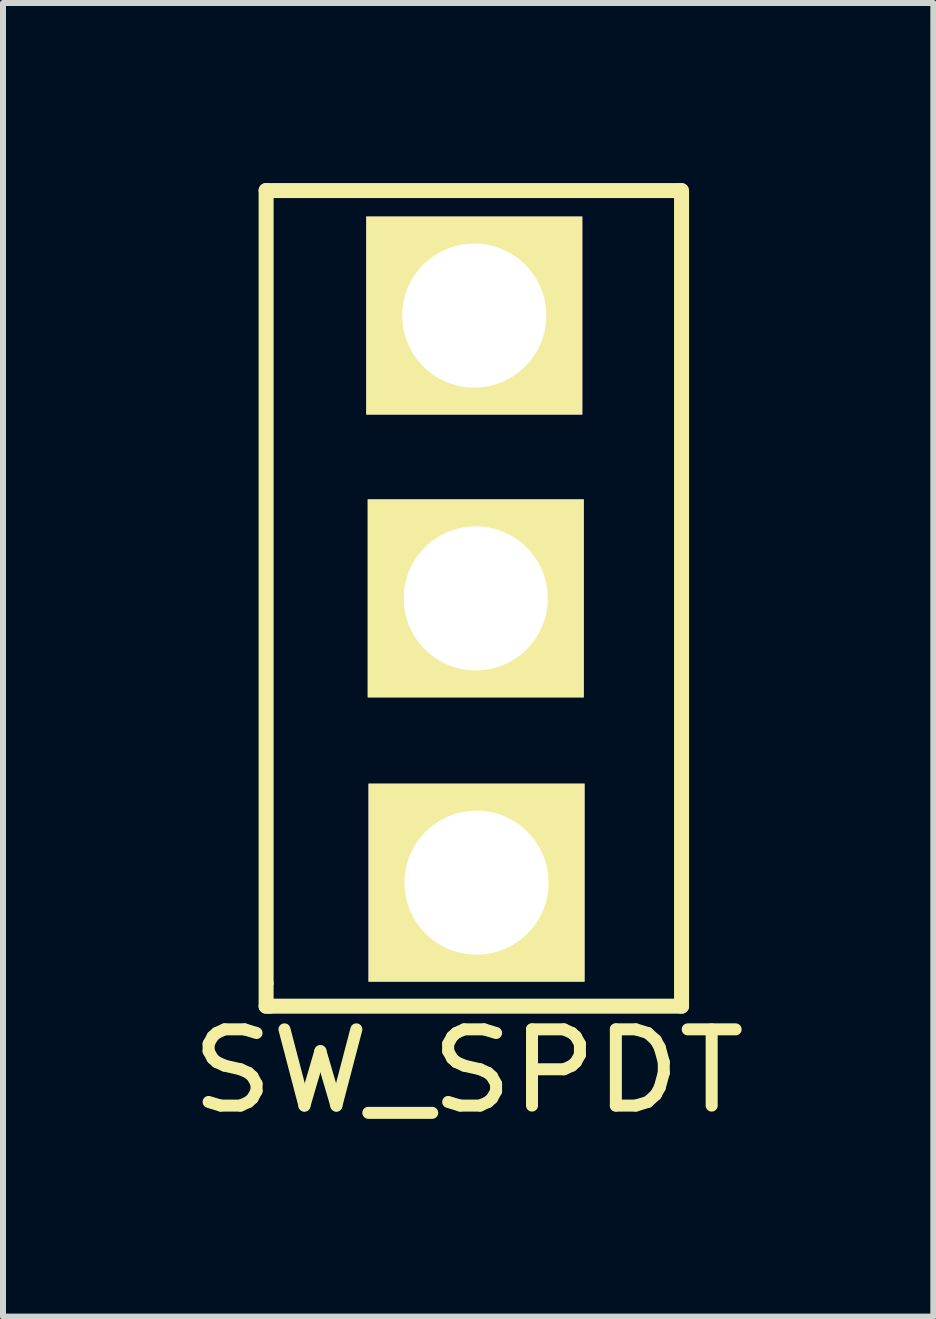
<source format=kicad_pcb>
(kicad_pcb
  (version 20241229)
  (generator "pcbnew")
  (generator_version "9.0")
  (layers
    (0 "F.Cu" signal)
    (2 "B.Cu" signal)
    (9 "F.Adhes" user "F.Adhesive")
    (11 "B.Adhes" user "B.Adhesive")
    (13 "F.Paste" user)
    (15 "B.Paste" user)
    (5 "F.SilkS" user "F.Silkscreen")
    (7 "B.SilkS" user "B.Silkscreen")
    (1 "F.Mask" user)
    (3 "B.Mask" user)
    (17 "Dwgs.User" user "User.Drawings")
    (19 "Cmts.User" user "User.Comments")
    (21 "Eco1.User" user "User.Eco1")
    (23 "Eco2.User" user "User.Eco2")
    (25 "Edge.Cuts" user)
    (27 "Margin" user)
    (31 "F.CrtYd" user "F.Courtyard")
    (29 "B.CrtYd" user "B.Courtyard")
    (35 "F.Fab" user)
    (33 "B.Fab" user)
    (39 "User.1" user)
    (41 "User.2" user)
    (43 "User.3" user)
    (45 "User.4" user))
  (footprint "SW_SPDT"
    (layer "F.Cu")
    (at 4.877 6.92)
    (property "Reference" "SW_SPDT" (at -0.127 7.874 0) (layer "F.SilkS") (effects (font (size 1.27 1.397) (thickness 0.2))))
    (attr through_hole)
    (fp_line (start -3.493 -6.795) (end 3.416 -6.795) (stroke (width 0.25) (type solid)) (layer "F.SilkS"))
    (fp_line (start -3.493 6.795) (end -3.493 -6.795) (stroke (width 0.25) (type solid)) (layer "F.SilkS"))
    (fp_line (start -3.467 6.413) (end -3.442 6.413) (stroke (width 0.15) (type solid)) (layer "F.SilkS"))
    (fp_line (start -3.429 6.795) (end -3.493 6.795) (stroke (width 0.25) (type solid)) (layer "F.SilkS"))
    (fp_line (start 3.429 6.795) (end -3.429 6.795) (stroke (width 0.25) (type solid)) (layer "F.SilkS"))
    (fp_line (start 3.429 6.795) (end 3.429 -6.795) (stroke (width 0.25) (type solid)) (layer "F.SilkS"))
    (pad "1" thru_hole rect (at -0.025 -4.712) (size 3.6 3.3) (drill 2.4) (layers "*.Cu" "*.Mask" "F.SilkS"))
    (pad "2" thru_hole rect (at 0 0) (size 3.6 3.3) (drill 2.4) (layers "*.Cu" "*.Mask" "F.SilkS"))
    (pad "3" thru_hole rect (at 0.013 4.737) (size 3.6 3.3) (drill 2.4) (layers "*.Cu" "*.Mask" "F.SilkS")))
  (gr_rect
    (start -3 -3)
    (end 12.501 18.887)
    (stroke (width 0.1) (type default))
    (fill no)
    (layer "Edge.Cuts")))
</source>
